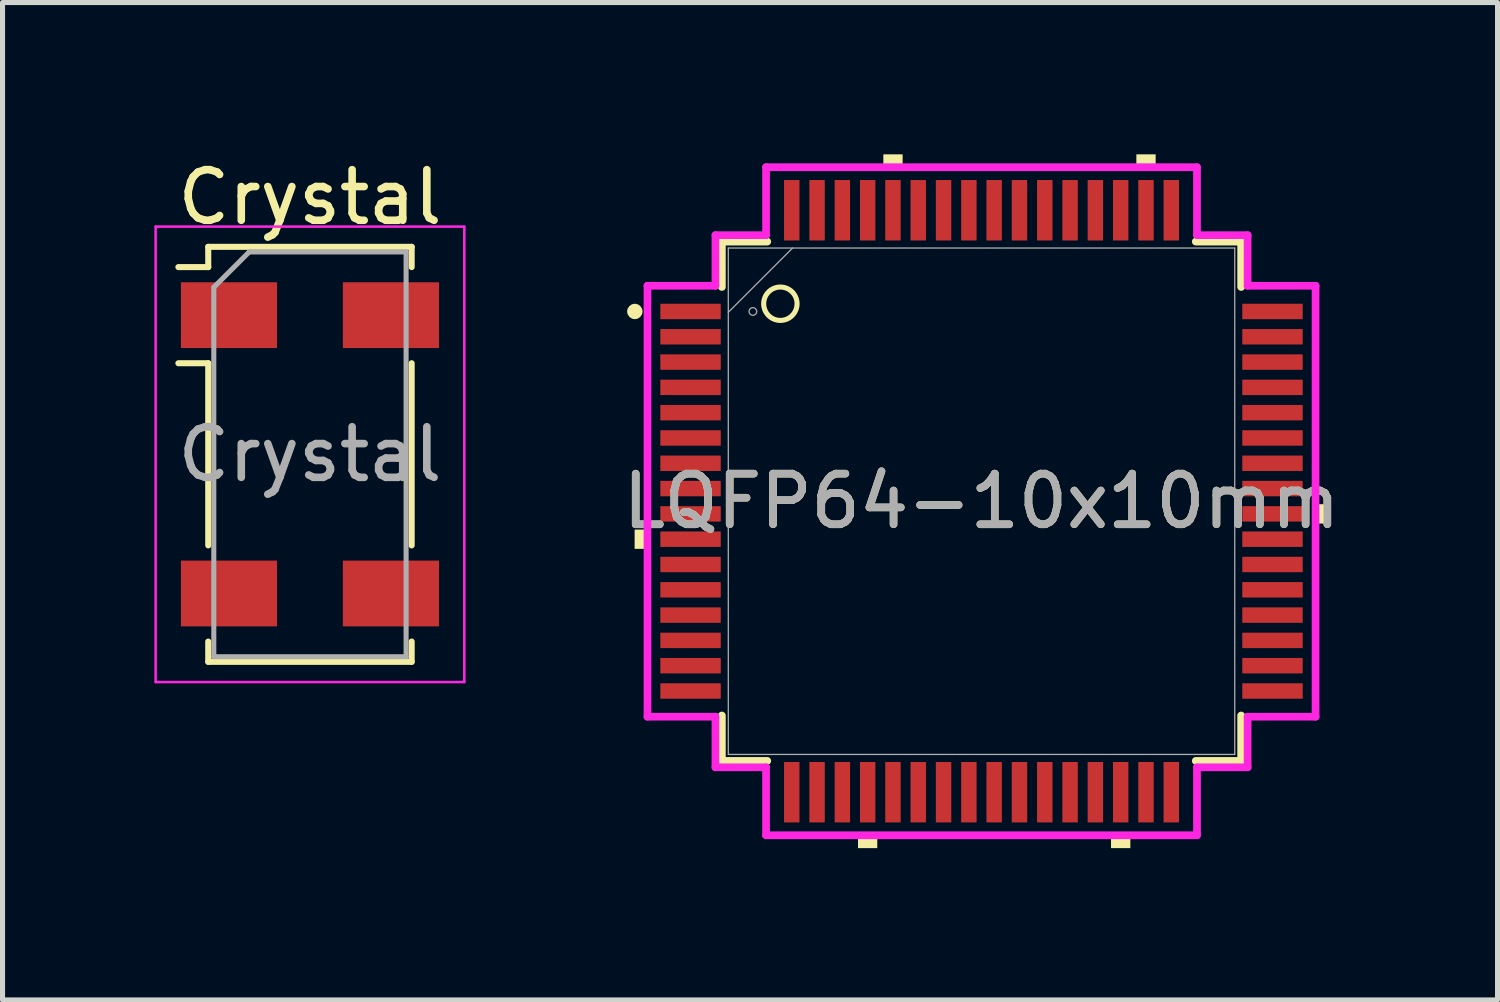
<source format=kicad_pcb>
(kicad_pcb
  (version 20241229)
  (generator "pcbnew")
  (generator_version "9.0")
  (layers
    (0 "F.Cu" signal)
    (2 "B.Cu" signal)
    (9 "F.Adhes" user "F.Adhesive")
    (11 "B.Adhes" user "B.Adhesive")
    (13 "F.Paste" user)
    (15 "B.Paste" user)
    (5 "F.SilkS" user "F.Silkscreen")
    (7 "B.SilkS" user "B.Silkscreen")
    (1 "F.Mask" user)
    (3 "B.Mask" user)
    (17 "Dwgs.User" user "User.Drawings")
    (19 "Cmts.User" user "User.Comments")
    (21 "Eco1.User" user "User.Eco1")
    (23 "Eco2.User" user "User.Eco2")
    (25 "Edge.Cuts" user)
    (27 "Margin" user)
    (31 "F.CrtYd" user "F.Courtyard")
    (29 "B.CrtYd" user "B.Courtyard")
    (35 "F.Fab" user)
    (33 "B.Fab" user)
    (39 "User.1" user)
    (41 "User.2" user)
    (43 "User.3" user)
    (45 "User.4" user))
  (footprint "Crystal"
    (layer "F.Cu")
    (at 3.075 5.928)
    (property "Reference" "Crystal" (at 0 -5.08 0) (layer "F.SilkS") (effects (font (size 1 1) (thickness 0.15))))
    (attr smd)
    (fp_line (start -2.6 -3.7) (end -2.01 -3.7) (stroke (width 0.12) (type solid)) (layer "F.SilkS"))
    (fp_line (start -2.01 -4.1) (end -2.01 -3.7) (stroke (width 0.12) (type solid)) (layer "F.SilkS"))
    (fp_line (start -2.01 -1.8) (end -2.6 -1.8) (stroke (width 0.12) (type solid)) (layer "F.SilkS"))
    (fp_line (start -2.01 -1.8) (end -2.01 1.8) (stroke (width 0.12) (type solid)) (layer "F.SilkS"))
    (fp_line (start -2.01 4.1) (end -2.01 3.7) (stroke (width 0.12) (type solid)) (layer "F.SilkS"))
    (fp_line (start 2.01 -4.1) (end -2.01 -4.1) (stroke (width 0.12) (type solid)) (layer "F.SilkS"))
    (fp_line (start 2.01 -4.1) (end 2.01 -3.7) (stroke (width 0.12) (type solid)) (layer "F.SilkS"))
    (fp_line (start 2.01 -1.8) (end 2.01 1.8) (stroke (width 0.12) (type solid)) (layer "F.SilkS"))
    (fp_line (start 2.01 4.1) (end -2.01 4.1) (stroke (width 0.12) (type solid)) (layer "F.SilkS"))
    (fp_line (start 2.01 4.1) (end 2.01 3.7) (stroke (width 0.12) (type solid)) (layer "F.SilkS"))
    (fp_line (start -3.05 -4.5) (end -3.05 4.5) (stroke (width 0.05) (type solid)) (layer "F.CrtYd"))
    (fp_line (start -3.05 4.5) (end 3.05 4.5) (stroke (width 0.05) (type solid)) (layer "F.CrtYd"))
    (fp_line (start 3.05 -4.5) (end -3.05 -4.5) (stroke (width 0.05) (type solid)) (layer "F.CrtYd"))
    (fp_line (start 3.05 4.5) (end 3.05 -4.5) (stroke (width 0.05) (type solid)) (layer "F.CrtYd"))
    (fp_line (start -1.9 -3.3) (end -1.2 -4) (stroke (width 0.1) (type solid)) (layer "F.Fab"))
    (fp_line (start -1.9 4) (end -1.9 -3.3) (stroke (width 0.1) (type solid)) (layer "F.Fab"))
    (fp_line (start -1.2 -4) (end 1.9 -4) (stroke (width 0.1) (type solid)) (layer "F.Fab"))
    (fp_line (start 1.9 -4) (end 1.9 4) (stroke (width 0.1) (type solid)) (layer "F.Fab"))
    (fp_line (start 1.9 4) (end -1.9 4) (stroke (width 0.1) (type solid)) (layer "F.Fab"))
    (fp_text user "${REFERENCE}" (at 0 0 0) (layer "F.Fab") (effects (font (size 1 1) (thickness 0.15))))
    (pad "1" smd rect (at -1.6 -2.75 270) (size 1.3 1.9) (layers "F.Cu" "F.Mask" "F.Paste"))
    (pad "2" smd rect (at -1.6 2.75 270) (size 1.3 1.9) (layers "F.Cu" "F.Mask" "F.Paste"))
    (pad "3" smd rect (at 1.6 -2.75 270) (size 1.3 1.9) (layers "F.Cu" "F.Mask" "F.Paste"))
    (pad "4" smd rect (at 1.6 2.75 270) (size 1.3 1.9) (layers "F.Cu" "F.Mask" "F.Paste")))
  (footprint "LQFP64-10x10mm"
    (layer "F.Cu")
    (at 16.346 6.855)
    (property "Reference" "LQFP64-10x10mm" (at 0 0 0) (unlocked yes) (layer "F.SilkS") (effects (font (size 1 1) (thickness 0.15))))
    (attr smd)
    (fp_line (start -5.131 -5.131) (end -5.131 -4.234) (stroke (width 0.152) (type solid)) (layer "F.SilkS"))
    (fp_line (start -5.131 4.234) (end -5.131 5.131) (stroke (width 0.152) (type solid)) (layer "F.SilkS"))
    (fp_line (start -5.131 5.131) (end -4.234 5.131) (stroke (width 0.152) (type solid)) (layer "F.SilkS"))
    (fp_line (start -4.234 -5.131) (end -5.131 -5.131) (stroke (width 0.152) (type solid)) (layer "F.SilkS"))
    (fp_line (start 4.234 5.131) (end 5.131 5.131) (stroke (width 0.152) (type solid)) (layer "F.SilkS"))
    (fp_line (start 5.131 -5.131) (end 4.234 -5.131) (stroke (width 0.152) (type solid)) (layer "F.SilkS"))
    (fp_line (start 5.131 -4.234) (end 5.131 -5.131) (stroke (width 0.152) (type solid)) (layer "F.SilkS"))
    (fp_line (start 5.131 5.131) (end 5.131 4.234) (stroke (width 0.152) (type solid)) (layer "F.SilkS"))
    (fp_circle (center -6.851 -3.75) (end -6.775 -3.75) (stroke (width 0.152) (type solid)) (fill no) (layer "F.SilkS"))
    (fp_circle (center -3.975 -3.903) (end -3.712 -3.704) (stroke (width 0.1) (type default)) (fill no) (layer "F.SilkS"))
    (fp_poly (pts (xy -6.855 0.56) (xy -6.855 0.941) (xy -6.601 0.941) (xy -6.601 0.56)) (stroke (width 0) (type solid)) (fill yes) (layer "F.SilkS"))
    (fp_poly (pts (xy -2.441 6.601) (xy -2.441 6.855) (xy -2.06 6.855) (xy -2.06 6.601)) (stroke (width 0) (type solid)) (fill yes) (layer "F.SilkS"))
    (fp_poly (pts (xy -1.94 -6.601) (xy -1.94 -6.855) (xy -1.559 -6.855) (xy -1.559 -6.601)) (stroke (width 0) (type solid)) (fill yes) (layer "F.SilkS"))
    (fp_poly (pts (xy 2.559 6.601) (xy 2.559 6.855) (xy 2.941 6.855) (xy 2.941 6.601)) (stroke (width 0) (type solid)) (fill yes) (layer "F.SilkS"))
    (fp_poly (pts (xy 3.06 -6.601) (xy 3.06 -6.855) (xy 3.441 -6.855) (xy 3.441 -6.601)) (stroke (width 0) (type solid)) (fill yes) (layer "F.SilkS"))
    (fp_poly (pts (xy 6.855 0.059) (xy 6.855 0.441) (xy 6.601 0.441) (xy 6.601 0.059)) (stroke (width 0) (type solid)) (fill yes) (layer "F.SilkS"))
    (fp_line (start -6.601 -4.258) (end -5.258 -4.258) (stroke (width 0.152) (type solid)) (layer "F.CrtYd"))
    (fp_line (start -6.601 4.258) (end -6.601 -4.258) (stroke (width 0.152) (type solid)) (layer "F.CrtYd"))
    (fp_line (start -5.258 -5.258) (end -4.258 -5.258) (stroke (width 0.152) (type solid)) (layer "F.CrtYd"))
    (fp_line (start -5.258 -4.258) (end -5.258 -5.258) (stroke (width 0.152) (type solid)) (layer "F.CrtYd"))
    (fp_line (start -5.258 4.258) (end -6.601 4.258) (stroke (width 0.152) (type solid)) (layer "F.CrtYd"))
    (fp_line (start -5.258 5.258) (end -5.258 4.258) (stroke (width 0.152) (type solid)) (layer "F.CrtYd"))
    (fp_line (start -4.258 -6.601) (end 4.258 -6.601) (stroke (width 0.152) (type solid)) (layer "F.CrtYd"))
    (fp_line (start -4.258 -5.258) (end -4.258 -6.601) (stroke (width 0.152) (type solid)) (layer "F.CrtYd"))
    (fp_line (start -4.258 5.258) (end -5.258 5.258) (stroke (width 0.152) (type solid)) (layer "F.CrtYd"))
    (fp_line (start -4.258 6.601) (end -4.258 5.258) (stroke (width 0.152) (type solid)) (layer "F.CrtYd"))
    (fp_line (start 4.258 -6.601) (end 4.258 -5.258) (stroke (width 0.152) (type solid)) (layer "F.CrtYd"))
    (fp_line (start 4.258 -5.258) (end 5.258 -5.258) (stroke (width 0.152) (type solid)) (layer "F.CrtYd"))
    (fp_line (start 4.258 5.258) (end 4.258 6.601) (stroke (width 0.152) (type solid)) (layer "F.CrtYd"))
    (fp_line (start 4.258 6.601) (end -4.258 6.601) (stroke (width 0.152) (type solid)) (layer "F.CrtYd"))
    (fp_line (start 5.258 -5.258) (end 5.258 -4.258) (stroke (width 0.152) (type solid)) (layer "F.CrtYd"))
    (fp_line (start 5.258 -4.258) (end 6.601 -4.258) (stroke (width 0.152) (type solid)) (layer "F.CrtYd"))
    (fp_line (start 5.258 4.258) (end 5.258 5.258) (stroke (width 0.152) (type solid)) (layer "F.CrtYd"))
    (fp_line (start 5.258 5.258) (end 4.258 5.258) (stroke (width 0.152) (type solid)) (layer "F.CrtYd"))
    (fp_line (start 6.601 -4.258) (end 6.601 4.258) (stroke (width 0.152) (type solid)) (layer "F.CrtYd"))
    (fp_line (start 6.601 4.258) (end 5.258 4.258) (stroke (width 0.152) (type solid)) (layer "F.CrtYd"))
    (fp_line (start -5.004 -5.004) (end -5.004 5.004) (stroke (width 0.025) (type solid)) (layer "F.Fab"))
    (fp_line (start -5.004 -3.734) (end -3.734 -5.004) (stroke (width 0.025) (type solid)) (layer "F.Fab"))
    (fp_line (start -5.004 5.004) (end 5.004 5.004) (stroke (width 0.025) (type solid)) (layer "F.Fab"))
    (fp_line (start 5.004 -5.004) (end -5.004 -5.004) (stroke (width 0.025) (type solid)) (layer "F.Fab"))
    (fp_line (start 5.004 5.004) (end 5.004 -5.004) (stroke (width 0.025) (type solid)) (layer "F.Fab"))
    (fp_circle (center -4.518 -3.75) (end -4.442 -3.75) (stroke (width 0.025) (type solid)) (fill no) (layer "F.Fab"))
    (fp_text user "${REFERENCE}" (at 0 0 0) (unlocked yes) (layer "F.Fab") (effects (font (size 1 1) (thickness 0.15))))
    (pad "1" smd rect (at -5.75 -3.75) (size 1.194 0.305) (layers "F.Cu" "F.Mask" "F.Paste"))
    (pad "2" smd rect (at -5.75 -3.25) (size 1.194 0.305) (layers "F.Cu" "F.Mask" "F.Paste"))
    (pad "3" smd rect (at -5.75 -2.75) (size 1.194 0.305) (layers "F.Cu" "F.Mask" "F.Paste"))
    (pad "4" smd rect (at -5.75 -2.25) (size 1.194 0.305) (layers "F.Cu" "F.Mask" "F.Paste"))
    (pad "5" smd rect (at -5.75 -1.75) (size 1.194 0.305) (layers "F.Cu" "F.Mask" "F.Paste"))
    (pad "6" smd rect (at -5.75 -1.25) (size 1.194 0.305) (layers "F.Cu" "F.Mask" "F.Paste"))
    (pad "7" smd rect (at -5.75 -0.75) (size 1.194 0.305) (layers "F.Cu" "F.Mask" "F.Paste"))
    (pad "8" smd rect (at -5.75 -0.25) (size 1.194 0.305) (layers "F.Cu" "F.Mask" "F.Paste"))
    (pad "9" smd rect (at -5.75 0.25) (size 1.194 0.305) (layers "F.Cu" "F.Mask" "F.Paste"))
    (pad "10" smd rect (at -5.75 0.75) (size 1.194 0.305) (layers "F.Cu" "F.Mask" "F.Paste"))
    (pad "11" smd rect (at -5.75 1.25) (size 1.194 0.305) (layers "F.Cu" "F.Mask" "F.Paste"))
    (pad "12" smd rect (at -5.75 1.75) (size 1.194 0.305) (layers "F.Cu" "F.Mask" "F.Paste"))
    (pad "13" smd rect (at -5.75 2.25) (size 1.194 0.305) (layers "F.Cu" "F.Mask" "F.Paste"))
    (pad "14" smd rect (at -5.75 2.75) (size 1.194 0.305) (layers "F.Cu" "F.Mask" "F.Paste"))
    (pad "15" smd rect (at -5.75 3.25) (size 1.194 0.305) (layers "F.Cu" "F.Mask" "F.Paste"))
    (pad "16" smd rect (at -5.75 3.75) (size 1.194 0.305) (layers "F.Cu" "F.Mask" "F.Paste"))
    (pad "17" smd rect (at -3.75 5.75 90) (size 1.194 0.305) (layers "F.Cu" "F.Mask" "F.Paste"))
    (pad "18" smd rect (at -3.25 5.75 90) (size 1.194 0.305) (layers "F.Cu" "F.Mask" "F.Paste"))
    (pad "19" smd rect (at -2.75 5.75 90) (size 1.194 0.305) (layers "F.Cu" "F.Mask" "F.Paste"))
    (pad "20" smd rect (at -2.25 5.75 90) (size 1.194 0.305) (layers "F.Cu" "F.Mask" "F.Paste"))
    (pad "21" smd rect (at -1.75 5.75 90) (size 1.194 0.305) (layers "F.Cu" "F.Mask" "F.Paste"))
    (pad "22" smd rect (at -1.25 5.75 90) (size 1.194 0.305) (layers "F.Cu" "F.Mask" "F.Paste"))
    (pad "23" smd rect (at -0.75 5.75 90) (size 1.194 0.305) (layers "F.Cu" "F.Mask" "F.Paste"))
    (pad "24" smd rect (at -0.25 5.75 90) (size 1.194 0.305) (layers "F.Cu" "F.Mask" "F.Paste"))
    (pad "25" smd rect (at 0.25 5.75 90) (size 1.194 0.305) (layers "F.Cu" "F.Mask" "F.Paste"))
    (pad "26" smd rect (at 0.75 5.75 90) (size 1.194 0.305) (layers "F.Cu" "F.Mask" "F.Paste"))
    (pad "27" smd rect (at 1.25 5.75 90) (size 1.194 0.305) (layers "F.Cu" "F.Mask" "F.Paste"))
    (pad "28" smd rect (at 1.75 5.75 90) (size 1.194 0.305) (layers "F.Cu" "F.Mask" "F.Paste"))
    (pad "29" smd rect (at 2.25 5.75 90) (size 1.194 0.305) (layers "F.Cu" "F.Mask" "F.Paste"))
    (pad "30" smd rect (at 2.75 5.75 90) (size 1.194 0.305) (layers "F.Cu" "F.Mask" "F.Paste"))
    (pad "31" smd rect (at 3.25 5.75 90) (size 1.194 0.305) (layers "F.Cu" "F.Mask" "F.Paste"))
    (pad "32" smd rect (at 3.75 5.75 90) (size 1.194 0.305) (layers "F.Cu" "F.Mask" "F.Paste"))
    (pad "33" smd rect (at 5.75 3.75) (size 1.194 0.305) (layers "F.Cu" "F.Mask" "F.Paste"))
    (pad "34" smd rect (at 5.75 3.25) (size 1.194 0.305) (layers "F.Cu" "F.Mask" "F.Paste"))
    (pad "35" smd rect (at 5.75 2.75) (size 1.194 0.305) (layers "F.Cu" "F.Mask" "F.Paste"))
    (pad "36" smd rect (at 5.75 2.25) (size 1.194 0.305) (layers "F.Cu" "F.Mask" "F.Paste"))
    (pad "37" smd rect (at 5.75 1.75) (size 1.194 0.305) (layers "F.Cu" "F.Mask" "F.Paste"))
    (pad "38" smd rect (at 5.75 1.25) (size 1.194 0.305) (layers "F.Cu" "F.Mask" "F.Paste"))
    (pad "39" smd rect (at 5.75 0.75) (size 1.194 0.305) (layers "F.Cu" "F.Mask" "F.Paste"))
    (pad "40" smd rect (at 5.75 0.25) (size 1.194 0.305) (layers "F.Cu" "F.Mask" "F.Paste"))
    (pad "41" smd rect (at 5.75 -0.25) (size 1.194 0.305) (layers "F.Cu" "F.Mask" "F.Paste"))
    (pad "42" smd rect (at 5.75 -0.75) (size 1.194 0.305) (layers "F.Cu" "F.Mask" "F.Paste"))
    (pad "43" smd rect (at 5.75 -1.25) (size 1.194 0.305) (layers "F.Cu" "F.Mask" "F.Paste"))
    (pad "44" smd rect (at 5.75 -1.75) (size 1.194 0.305) (layers "F.Cu" "F.Mask" "F.Paste"))
    (pad "45" smd rect (at 5.75 -2.25) (size 1.194 0.305) (layers "F.Cu" "F.Mask" "F.Paste"))
    (pad "46" smd rect (at 5.75 -2.75) (size 1.194 0.305) (layers "F.Cu" "F.Mask" "F.Paste"))
    (pad "47" smd rect (at 5.75 -3.25) (size 1.194 0.305) (layers "F.Cu" "F.Mask" "F.Paste"))
    (pad "48" smd rect (at 5.75 -3.75) (size 1.194 0.305) (layers "F.Cu" "F.Mask" "F.Paste"))
    (pad "49" smd rect (at 3.75 -5.75 90) (size 1.194 0.305) (layers "F.Cu" "F.Mask" "F.Paste"))
    (pad "50" smd rect (at 3.25 -5.75 90) (size 1.194 0.305) (layers "F.Cu" "F.Mask" "F.Paste"))
    (pad "51" smd rect (at 2.75 -5.75 90) (size 1.194 0.305) (layers "F.Cu" "F.Mask" "F.Paste"))
    (pad "52" smd rect (at 2.25 -5.75 90) (size 1.194 0.305) (layers "F.Cu" "F.Mask" "F.Paste"))
    (pad "53" smd rect (at 1.75 -5.75 90) (size 1.194 0.305) (layers "F.Cu" "F.Mask" "F.Paste"))
    (pad "54" smd rect (at 1.25 -5.75 90) (size 1.194 0.305) (layers "F.Cu" "F.Mask" "F.Paste"))
    (pad "55" smd rect (at 0.75 -5.75 90) (size 1.194 0.305) (layers "F.Cu" "F.Mask" "F.Paste"))
    (pad "56" smd rect (at 0.25 -5.75 90) (size 1.194 0.305) (layers "F.Cu" "F.Mask" "F.Paste"))
    (pad "57" smd rect (at -0.25 -5.75 90) (size 1.194 0.305) (layers "F.Cu" "F.Mask" "F.Paste"))
    (pad "58" smd rect (at -0.75 -5.75 90) (size 1.194 0.305) (layers "F.Cu" "F.Mask" "F.Paste"))
    (pad "59" smd rect (at -1.25 -5.75 90) (size 1.194 0.305) (layers "F.Cu" "F.Mask" "F.Paste"))
    (pad "60" smd rect (at -1.75 -5.75 90) (size 1.194 0.305) (layers "F.Cu" "F.Mask" "F.Paste"))
    (pad "61" smd rect (at -2.25 -5.75 90) (size 1.194 0.305) (layers "F.Cu" "F.Mask" "F.Paste"))
    (pad "62" smd rect (at -2.75 -5.75 90) (size 1.194 0.305) (layers "F.Cu" "F.Mask" "F.Paste"))
    (pad "63" smd rect (at -3.25 -5.75 90) (size 1.194 0.305) (layers "F.Cu" "F.Mask" "F.Paste"))
    (pad "64" smd rect (at -3.75 -5.75 90) (size 1.194 0.305) (layers "F.Cu" "F.Mask" "F.Paste")))
  (gr_rect
    (start -3 -3)
    (end 26.543 16.71)
    (stroke (width 0.1) (type default))
    (fill no)
    (layer "Edge.Cuts")))
</source>
